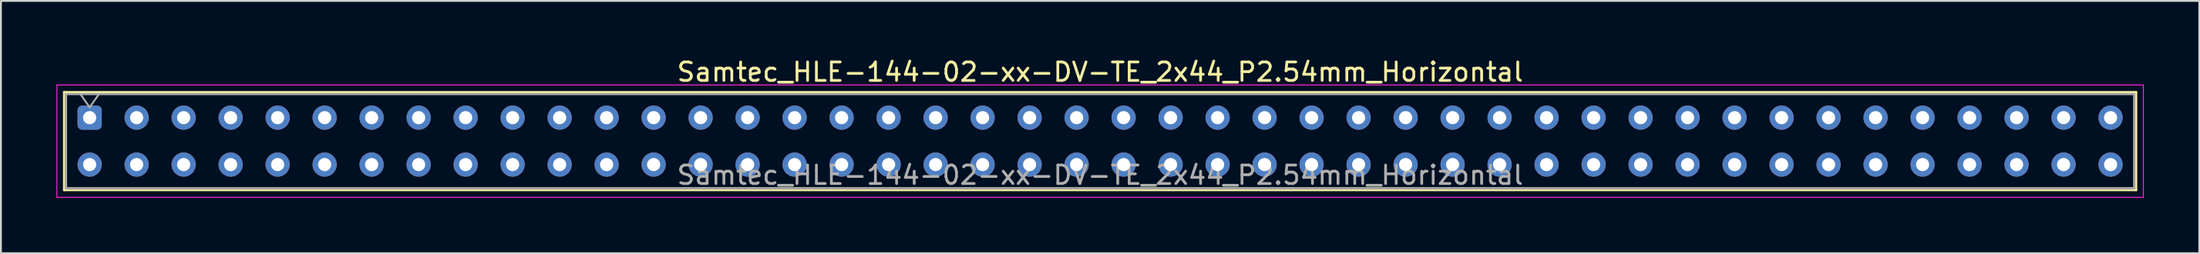
<source format=kicad_pcb>
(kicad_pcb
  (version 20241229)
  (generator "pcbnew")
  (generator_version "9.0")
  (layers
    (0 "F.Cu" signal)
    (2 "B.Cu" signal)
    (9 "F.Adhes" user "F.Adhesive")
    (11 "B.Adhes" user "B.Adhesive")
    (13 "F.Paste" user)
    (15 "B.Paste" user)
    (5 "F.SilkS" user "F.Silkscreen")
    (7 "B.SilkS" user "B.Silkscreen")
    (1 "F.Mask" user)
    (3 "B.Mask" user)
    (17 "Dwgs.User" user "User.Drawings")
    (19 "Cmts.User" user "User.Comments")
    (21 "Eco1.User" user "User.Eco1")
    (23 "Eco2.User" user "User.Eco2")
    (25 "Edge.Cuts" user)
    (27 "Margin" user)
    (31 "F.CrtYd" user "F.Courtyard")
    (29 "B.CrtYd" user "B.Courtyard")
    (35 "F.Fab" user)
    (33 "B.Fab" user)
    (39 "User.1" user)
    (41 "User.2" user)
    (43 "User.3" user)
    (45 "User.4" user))
  (footprint "Samtec_HLE-144-02-xx-DV-TE_2x44_P2.54mm_Horizontal"
    (layer "F.Cu")
    (at 1.795 3.318)
    (property "Reference" "Samtec_HLE-144-02-xx-DV-TE_2x44_P2.54mm_Horizontal" (at 54.61 -2.47 0) (layer "F.SilkS") (effects (font (size 1 1) (thickness 0.15))))
    (attr through_hole)
    (fp_line (start -1.38 -1.38) (end 110.6 -1.38) (stroke (width 0.12) (type solid)) (layer "F.SilkS"))
    (fp_line (start -1.38 3.92) (end -1.38 -1.38) (stroke (width 0.12) (type solid)) (layer "F.SilkS"))
    (fp_line (start 110.6 -1.38) (end 110.6 3.92) (stroke (width 0.12) (type solid)) (layer "F.SilkS"))
    (fp_line (start 110.6 3.92) (end -1.38 3.92) (stroke (width 0.12) (type solid)) (layer "F.SilkS"))
    (fp_line (start -1.77 -1.77) (end 110.99 -1.77) (stroke (width 0.05) (type solid)) (layer "F.CrtYd"))
    (fp_line (start -1.77 4.31) (end -1.77 -1.77) (stroke (width 0.05) (type solid)) (layer "F.CrtYd"))
    (fp_line (start 110.99 -1.77) (end 110.99 4.31) (stroke (width 0.05) (type solid)) (layer "F.CrtYd"))
    (fp_line (start 110.99 4.31) (end -1.77 4.31) (stroke (width 0.05) (type solid)) (layer "F.CrtYd"))
    (fp_line (start -1.27 -1.27) (end 110.49 -1.27) (stroke (width 0.1) (type solid)) (layer "F.Fab"))
    (fp_line (start -1.27 3.81) (end -1.27 -1.27) (stroke (width 0.1) (type solid)) (layer "F.Fab"))
    (fp_line (start -0.5 -1.27) (end 0 -0.563) (stroke (width 0.1) (type solid)) (layer "F.Fab"))
    (fp_line (start 0 -0.563) (end 0.5 -1.27) (stroke (width 0.1) (type solid)) (layer "F.Fab"))
    (fp_line (start 110.49 -1.27) (end 110.49 3.81) (stroke (width 0.1) (type solid)) (layer "F.Fab"))
    (fp_line (start 110.49 3.81) (end -1.27 3.81) (stroke (width 0.1) (type solid)) (layer "F.Fab"))
    (fp_text user "${REFERENCE}" (at 54.61 3.11 0) (layer "F.Fab") (effects (font (size 1 1) (thickness 0.15))))
    (pad "1" thru_hole roundrect (at 0 0) (size 1.31 1.31) (drill 0.71) (layers "*.Cu" "*.Mask") (roundrect_rratio 0.191))
    (pad "2" thru_hole circle (at 0 2.54) (size 1.31 1.31) (drill 0.71) (layers "*.Cu" "*.Mask"))
    (pad "3" thru_hole circle (at 2.54 0) (size 1.31 1.31) (drill 0.71) (layers "*.Cu" "*.Mask"))
    (pad "4" thru_hole circle (at 2.54 2.54) (size 1.31 1.31) (drill 0.71) (layers "*.Cu" "*.Mask"))
    (pad "5" thru_hole circle (at 5.08 0) (size 1.31 1.31) (drill 0.71) (layers "*.Cu" "*.Mask"))
    (pad "6" thru_hole circle (at 5.08 2.54) (size 1.31 1.31) (drill 0.71) (layers "*.Cu" "*.Mask"))
    (pad "7" thru_hole circle (at 7.62 0) (size 1.31 1.31) (drill 0.71) (layers "*.Cu" "*.Mask"))
    (pad "8" thru_hole circle (at 7.62 2.54) (size 1.31 1.31) (drill 0.71) (layers "*.Cu" "*.Mask"))
    (pad "9" thru_hole circle (at 10.16 0) (size 1.31 1.31) (drill 0.71) (layers "*.Cu" "*.Mask"))
    (pad "10" thru_hole circle (at 10.16 2.54) (size 1.31 1.31) (drill 0.71) (layers "*.Cu" "*.Mask"))
    (pad "11" thru_hole circle (at 12.7 0) (size 1.31 1.31) (drill 0.71) (layers "*.Cu" "*.Mask"))
    (pad "12" thru_hole circle (at 12.7 2.54) (size 1.31 1.31) (drill 0.71) (layers "*.Cu" "*.Mask"))
    (pad "13" thru_hole circle (at 15.24 0) (size 1.31 1.31) (drill 0.71) (layers "*.Cu" "*.Mask"))
    (pad "14" thru_hole circle (at 15.24 2.54) (size 1.31 1.31) (drill 0.71) (layers "*.Cu" "*.Mask"))
    (pad "15" thru_hole circle (at 17.78 0) (size 1.31 1.31) (drill 0.71) (layers "*.Cu" "*.Mask"))
    (pad "16" thru_hole circle (at 17.78 2.54) (size 1.31 1.31) (drill 0.71) (layers "*.Cu" "*.Mask"))
    (pad "17" thru_hole circle (at 20.32 0) (size 1.31 1.31) (drill 0.71) (layers "*.Cu" "*.Mask"))
    (pad "18" thru_hole circle (at 20.32 2.54) (size 1.31 1.31) (drill 0.71) (layers "*.Cu" "*.Mask"))
    (pad "19" thru_hole circle (at 22.86 0) (size 1.31 1.31) (drill 0.71) (layers "*.Cu" "*.Mask"))
    (pad "20" thru_hole circle (at 22.86 2.54) (size 1.31 1.31) (drill 0.71) (layers "*.Cu" "*.Mask"))
    (pad "21" thru_hole circle (at 25.4 0) (size 1.31 1.31) (drill 0.71) (layers "*.Cu" "*.Mask"))
    (pad "22" thru_hole circle (at 25.4 2.54) (size 1.31 1.31) (drill 0.71) (layers "*.Cu" "*.Mask"))
    (pad "23" thru_hole circle (at 27.94 0) (size 1.31 1.31) (drill 0.71) (layers "*.Cu" "*.Mask"))
    (pad "24" thru_hole circle (at 27.94 2.54) (size 1.31 1.31) (drill 0.71) (layers "*.Cu" "*.Mask"))
    (pad "25" thru_hole circle (at 30.48 0) (size 1.31 1.31) (drill 0.71) (layers "*.Cu" "*.Mask"))
    (pad "26" thru_hole circle (at 30.48 2.54) (size 1.31 1.31) (drill 0.71) (layers "*.Cu" "*.Mask"))
    (pad "27" thru_hole circle (at 33.02 0) (size 1.31 1.31) (drill 0.71) (layers "*.Cu" "*.Mask"))
    (pad "28" thru_hole circle (at 33.02 2.54) (size 1.31 1.31) (drill 0.71) (layers "*.Cu" "*.Mask"))
    (pad "29" thru_hole circle (at 35.56 0) (size 1.31 1.31) (drill 0.71) (layers "*.Cu" "*.Mask"))
    (pad "30" thru_hole circle (at 35.56 2.54) (size 1.31 1.31) (drill 0.71) (layers "*.Cu" "*.Mask"))
    (pad "31" thru_hole circle (at 38.1 0) (size 1.31 1.31) (drill 0.71) (layers "*.Cu" "*.Mask"))
    (pad "32" thru_hole circle (at 38.1 2.54) (size 1.31 1.31) (drill 0.71) (layers "*.Cu" "*.Mask"))
    (pad "33" thru_hole circle (at 40.64 0) (size 1.31 1.31) (drill 0.71) (layers "*.Cu" "*.Mask"))
    (pad "34" thru_hole circle (at 40.64 2.54) (size 1.31 1.31) (drill 0.71) (layers "*.Cu" "*.Mask"))
    (pad "35" thru_hole circle (at 43.18 0) (size 1.31 1.31) (drill 0.71) (layers "*.Cu" "*.Mask"))
    (pad "36" thru_hole circle (at 43.18 2.54) (size 1.31 1.31) (drill 0.71) (layers "*.Cu" "*.Mask"))
    (pad "37" thru_hole circle (at 45.72 0) (size 1.31 1.31) (drill 0.71) (layers "*.Cu" "*.Mask"))
    (pad "38" thru_hole circle (at 45.72 2.54) (size 1.31 1.31) (drill 0.71) (layers "*.Cu" "*.Mask"))
    (pad "39" thru_hole circle (at 48.26 0) (size 1.31 1.31) (drill 0.71) (layers "*.Cu" "*.Mask"))
    (pad "40" thru_hole circle (at 48.26 2.54) (size 1.31 1.31) (drill 0.71) (layers "*.Cu" "*.Mask"))
    (pad "41" thru_hole circle (at 50.8 0) (size 1.31 1.31) (drill 0.71) (layers "*.Cu" "*.Mask"))
    (pad "42" thru_hole circle (at 50.8 2.54) (size 1.31 1.31) (drill 0.71) (layers "*.Cu" "*.Mask"))
    (pad "43" thru_hole circle (at 53.34 0) (size 1.31 1.31) (drill 0.71) (layers "*.Cu" "*.Mask"))
    (pad "44" thru_hole circle (at 53.34 2.54) (size 1.31 1.31) (drill 0.71) (layers "*.Cu" "*.Mask"))
    (pad "45" thru_hole circle (at 55.88 0) (size 1.31 1.31) (drill 0.71) (layers "*.Cu" "*.Mask"))
    (pad "46" thru_hole circle (at 55.88 2.54) (size 1.31 1.31) (drill 0.71) (layers "*.Cu" "*.Mask"))
    (pad "47" thru_hole circle (at 58.42 0) (size 1.31 1.31) (drill 0.71) (layers "*.Cu" "*.Mask"))
    (pad "48" thru_hole circle (at 58.42 2.54) (size 1.31 1.31) (drill 0.71) (layers "*.Cu" "*.Mask"))
    (pad "49" thru_hole circle (at 60.96 0) (size 1.31 1.31) (drill 0.71) (layers "*.Cu" "*.Mask"))
    (pad "50" thru_hole circle (at 60.96 2.54) (size 1.31 1.31) (drill 0.71) (layers "*.Cu" "*.Mask"))
    (pad "51" thru_hole circle (at 63.5 0) (size 1.31 1.31) (drill 0.71) (layers "*.Cu" "*.Mask"))
    (pad "52" thru_hole circle (at 63.5 2.54) (size 1.31 1.31) (drill 0.71) (layers "*.Cu" "*.Mask"))
    (pad "53" thru_hole circle (at 66.04 0) (size 1.31 1.31) (drill 0.71) (layers "*.Cu" "*.Mask"))
    (pad "54" thru_hole circle (at 66.04 2.54) (size 1.31 1.31) (drill 0.71) (layers "*.Cu" "*.Mask"))
    (pad "55" thru_hole circle (at 68.58 0) (size 1.31 1.31) (drill 0.71) (layers "*.Cu" "*.Mask"))
    (pad "56" thru_hole circle (at 68.58 2.54) (size 1.31 1.31) (drill 0.71) (layers "*.Cu" "*.Mask"))
    (pad "57" thru_hole circle (at 71.12 0) (size 1.31 1.31) (drill 0.71) (layers "*.Cu" "*.Mask"))
    (pad "58" thru_hole circle (at 71.12 2.54) (size 1.31 1.31) (drill 0.71) (layers "*.Cu" "*.Mask"))
    (pad "59" thru_hole circle (at 73.66 0) (size 1.31 1.31) (drill 0.71) (layers "*.Cu" "*.Mask"))
    (pad "60" thru_hole circle (at 73.66 2.54) (size 1.31 1.31) (drill 0.71) (layers "*.Cu" "*.Mask"))
    (pad "61" thru_hole circle (at 76.2 0) (size 1.31 1.31) (drill 0.71) (layers "*.Cu" "*.Mask"))
    (pad "62" thru_hole circle (at 76.2 2.54) (size 1.31 1.31) (drill 0.71) (layers "*.Cu" "*.Mask"))
    (pad "63" thru_hole circle (at 78.74 0) (size 1.31 1.31) (drill 0.71) (layers "*.Cu" "*.Mask"))
    (pad "64" thru_hole circle (at 78.74 2.54) (size 1.31 1.31) (drill 0.71) (layers "*.Cu" "*.Mask"))
    (pad "65" thru_hole circle (at 81.28 0) (size 1.31 1.31) (drill 0.71) (layers "*.Cu" "*.Mask"))
    (pad "66" thru_hole circle (at 81.28 2.54) (size 1.31 1.31) (drill 0.71) (layers "*.Cu" "*.Mask"))
    (pad "67" thru_hole circle (at 83.82 0) (size 1.31 1.31) (drill 0.71) (layers "*.Cu" "*.Mask"))
    (pad "68" thru_hole circle (at 83.82 2.54) (size 1.31 1.31) (drill 0.71) (layers "*.Cu" "*.Mask"))
    (pad "69" thru_hole circle (at 86.36 0) (size 1.31 1.31) (drill 0.71) (layers "*.Cu" "*.Mask"))
    (pad "70" thru_hole circle (at 86.36 2.54) (size 1.31 1.31) (drill 0.71) (layers "*.Cu" "*.Mask"))
    (pad "71" thru_hole circle (at 88.9 0) (size 1.31 1.31) (drill 0.71) (layers "*.Cu" "*.Mask"))
    (pad "72" thru_hole circle (at 88.9 2.54) (size 1.31 1.31) (drill 0.71) (layers "*.Cu" "*.Mask"))
    (pad "73" thru_hole circle (at 91.44 0) (size 1.31 1.31) (drill 0.71) (layers "*.Cu" "*.Mask"))
    (pad "74" thru_hole circle (at 91.44 2.54) (size 1.31 1.31) (drill 0.71) (layers "*.Cu" "*.Mask"))
    (pad "75" thru_hole circle (at 93.98 0) (size 1.31 1.31) (drill 0.71) (layers "*.Cu" "*.Mask"))
    (pad "76" thru_hole circle (at 93.98 2.54) (size 1.31 1.31) (drill 0.71) (layers "*.Cu" "*.Mask"))
    (pad "77" thru_hole circle (at 96.52 0) (size 1.31 1.31) (drill 0.71) (layers "*.Cu" "*.Mask"))
    (pad "78" thru_hole circle (at 96.52 2.54) (size 1.31 1.31) (drill 0.71) (layers "*.Cu" "*.Mask"))
    (pad "79" thru_hole circle (at 99.06 0) (size 1.31 1.31) (drill 0.71) (layers "*.Cu" "*.Mask"))
    (pad "80" thru_hole circle (at 99.06 2.54) (size 1.31 1.31) (drill 0.71) (layers "*.Cu" "*.Mask"))
    (pad "81" thru_hole circle (at 101.6 0) (size 1.31 1.31) (drill 0.71) (layers "*.Cu" "*.Mask"))
    (pad "82" thru_hole circle (at 101.6 2.54) (size 1.31 1.31) (drill 0.71) (layers "*.Cu" "*.Mask"))
    (pad "83" thru_hole circle (at 104.14 0) (size 1.31 1.31) (drill 0.71) (layers "*.Cu" "*.Mask"))
    (pad "84" thru_hole circle (at 104.14 2.54) (size 1.31 1.31) (drill 0.71) (layers "*.Cu" "*.Mask"))
    (pad "85" thru_hole circle (at 106.68 0) (size 1.31 1.31) (drill 0.71) (layers "*.Cu" "*.Mask"))
    (pad "86" thru_hole circle (at 106.68 2.54) (size 1.31 1.31) (drill 0.71) (layers "*.Cu" "*.Mask"))
    (pad "87" thru_hole circle (at 109.22 0) (size 1.31 1.31) (drill 0.71) (layers "*.Cu" "*.Mask"))
    (pad "88" thru_hole circle (at 109.22 2.54) (size 1.31 1.31) (drill 0.71) (layers "*.Cu" "*.Mask")))
  (gr_rect
    (start -3 -3)
    (end 115.81 10.653)
    (stroke (width 0.1) (type default))
    (fill no)
    (layer "Edge.Cuts")))
</source>
